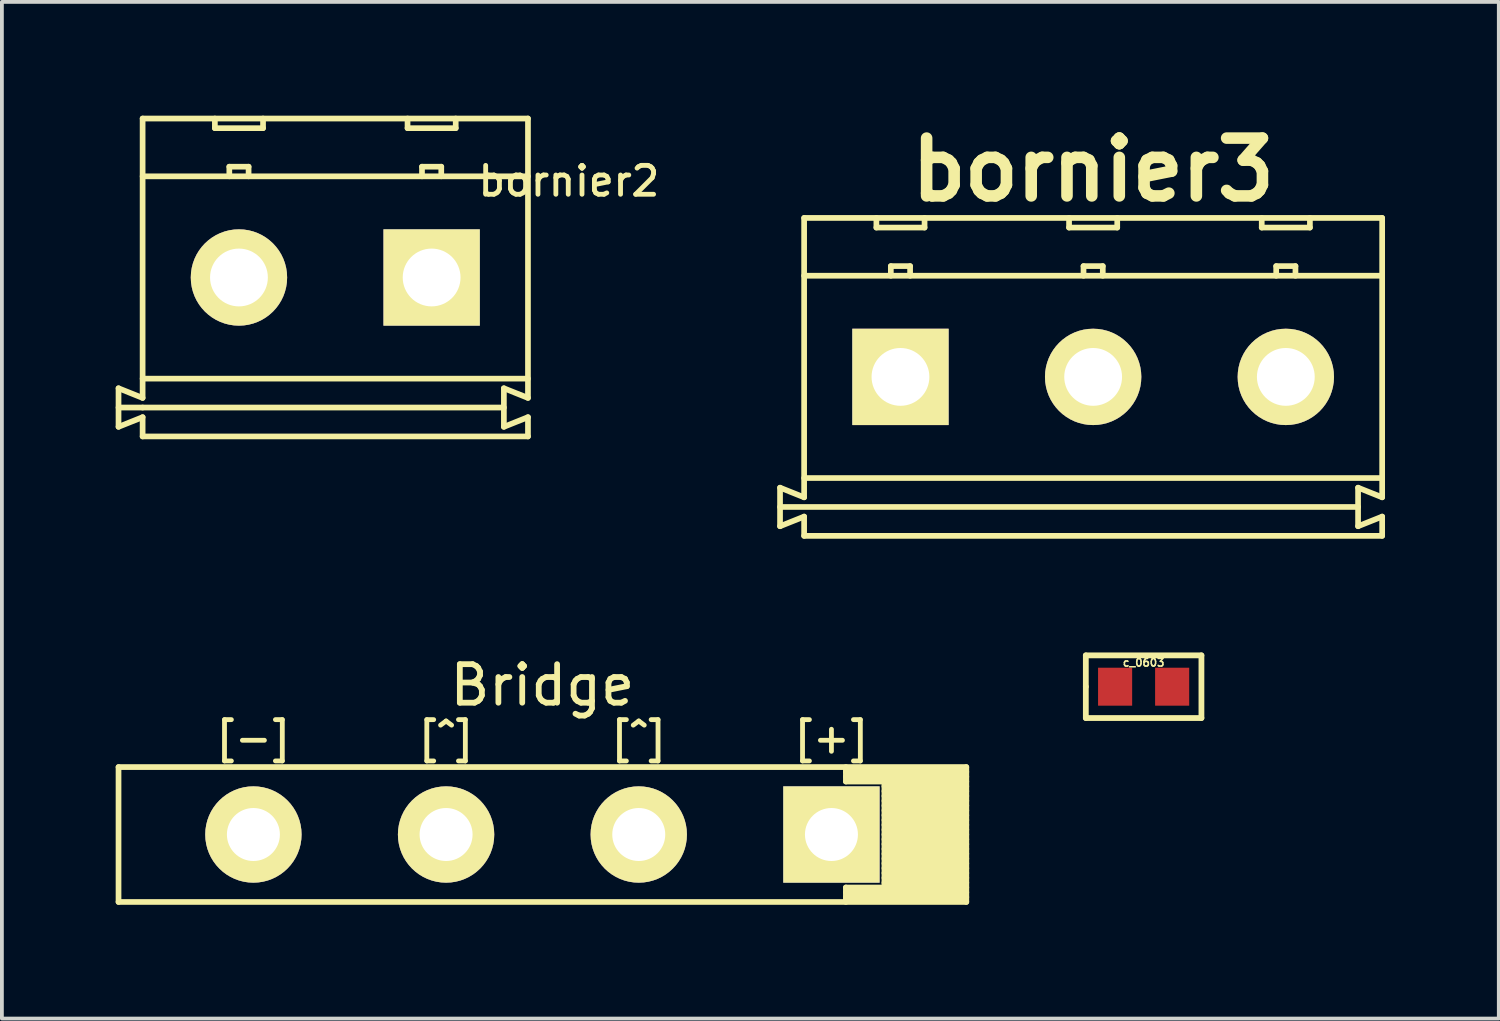
<source format=kicad_pcb>
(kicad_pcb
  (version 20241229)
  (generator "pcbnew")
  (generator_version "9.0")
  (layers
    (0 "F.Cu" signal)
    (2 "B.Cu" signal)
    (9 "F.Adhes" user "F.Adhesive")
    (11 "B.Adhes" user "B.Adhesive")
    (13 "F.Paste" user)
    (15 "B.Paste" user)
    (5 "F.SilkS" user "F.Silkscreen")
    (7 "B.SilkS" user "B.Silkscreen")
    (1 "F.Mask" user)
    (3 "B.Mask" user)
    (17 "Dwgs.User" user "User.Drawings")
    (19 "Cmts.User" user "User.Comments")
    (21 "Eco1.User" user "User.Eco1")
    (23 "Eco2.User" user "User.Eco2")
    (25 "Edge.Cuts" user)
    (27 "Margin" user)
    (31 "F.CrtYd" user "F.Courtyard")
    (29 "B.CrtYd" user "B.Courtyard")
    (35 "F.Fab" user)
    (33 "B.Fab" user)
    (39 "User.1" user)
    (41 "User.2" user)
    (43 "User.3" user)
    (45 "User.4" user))
  (footprint "Bridge"
    (layer "F.Cu")
    (at 11.251 18.952)
    (property "Reference" "Bridge" (at 0 -3.937 0) (layer "F.SilkS") (effects (font (size 1.016 1.016) (thickness 0.152))))
    (attr smd)
    (fp_line (start -11.176 -1.778) (end 11.176 -1.778) (stroke (width 0.15) (type solid)) (layer "F.SilkS"))
    (fp_line (start -11.176 1.778) (end -11.176 -1.778) (stroke (width 0.15) (type solid)) (layer "F.SilkS"))
    (fp_line (start 8.001 -1.778) (end 8.001 -1.397) (stroke (width 0.15) (type solid)) (layer "F.SilkS"))
    (fp_line (start 8.001 -1.651) (end 11.176 -1.651) (stroke (width 0.15) (type solid)) (layer "F.SilkS"))
    (fp_line (start 8.001 -1.397) (end 9.017 -1.397) (stroke (width 0.15) (type solid)) (layer "F.SilkS"))
    (fp_line (start 8.001 1.397) (end 8.001 1.778) (stroke (width 0.15) (type solid)) (layer "F.SilkS"))
    (fp_line (start 8.001 1.524) (end 11.176 1.524) (stroke (width 0.15) (type solid)) (layer "F.SilkS"))
    (fp_line (start 9.017 -1.397) (end 9.017 1.397) (stroke (width 0.15) (type solid)) (layer "F.SilkS"))
    (fp_line (start 9.017 -1.143) (end 11.176 -1.143) (stroke (width 0.15) (type solid)) (layer "F.SilkS"))
    (fp_line (start 9.017 -0.889) (end 11.176 -0.889) (stroke (width 0.15) (type solid)) (layer "F.SilkS"))
    (fp_line (start 9.017 -0.635) (end 11.176 -0.635) (stroke (width 0.15) (type solid)) (layer "F.SilkS"))
    (fp_line (start 9.017 -0.381) (end 11.176 -0.381) (stroke (width 0.15) (type solid)) (layer "F.SilkS"))
    (fp_line (start 9.017 -0.127) (end 11.176 -0.127) (stroke (width 0.15) (type solid)) (layer "F.SilkS"))
    (fp_line (start 9.017 0.127) (end 11.176 0.127) (stroke (width 0.15) (type solid)) (layer "F.SilkS"))
    (fp_line (start 9.017 0.381) (end 11.176 0.381) (stroke (width 0.15) (type solid)) (layer "F.SilkS"))
    (fp_line (start 9.017 0.635) (end 11.176 0.635) (stroke (width 0.15) (type solid)) (layer "F.SilkS"))
    (fp_line (start 9.017 0.889) (end 11.176 0.889) (stroke (width 0.15) (type solid)) (layer "F.SilkS"))
    (fp_line (start 9.017 1.143) (end 11.176 1.143) (stroke (width 0.15) (type solid)) (layer "F.SilkS"))
    (fp_line (start 9.017 1.397) (end 8.001 1.397) (stroke (width 0.15) (type solid)) (layer "F.SilkS"))
    (fp_line (start 9.017 1.397) (end 11.176 1.397) (stroke (width 0.15) (type solid)) (layer "F.SilkS"))
    (fp_line (start 11.176 -1.778) (end 11.176 1.778) (stroke (width 0.15) (type solid)) (layer "F.SilkS"))
    (fp_line (start 11.176 -1.524) (end 8.001 -1.524) (stroke (width 0.15) (type solid)) (layer "F.SilkS"))
    (fp_line (start 11.176 -1.397) (end 9.017 -1.397) (stroke (width 0.15) (type solid)) (layer "F.SilkS"))
    (fp_line (start 11.176 -1.27) (end 9.017 -1.27) (stroke (width 0.15) (type solid)) (layer "F.SilkS"))
    (fp_line (start 11.176 -1.016) (end 9.017 -1.016) (stroke (width 0.15) (type solid)) (layer "F.SilkS"))
    (fp_line (start 11.176 -0.762) (end 9.017 -0.762) (stroke (width 0.15) (type solid)) (layer "F.SilkS"))
    (fp_line (start 11.176 -0.508) (end 9.017 -0.508) (stroke (width 0.15) (type solid)) (layer "F.SilkS"))
    (fp_line (start 11.176 -0.254) (end 9.017 -0.254) (stroke (width 0.15) (type solid)) (layer "F.SilkS"))
    (fp_line (start 11.176 0) (end 9.017 0) (stroke (width 0.15) (type solid)) (layer "F.SilkS"))
    (fp_line (start 11.176 0.254) (end 9.017 0.254) (stroke (width 0.15) (type solid)) (layer "F.SilkS"))
    (fp_line (start 11.176 0.508) (end 9.017 0.508) (stroke (width 0.15) (type solid)) (layer "F.SilkS"))
    (fp_line (start 11.176 0.762) (end 9.017 0.762) (stroke (width 0.15) (type solid)) (layer "F.SilkS"))
    (fp_line (start 11.176 1.016) (end 9.017 1.016) (stroke (width 0.15) (type solid)) (layer "F.SilkS"))
    (fp_line (start 11.176 1.27) (end 9.017 1.27) (stroke (width 0.15) (type solid)) (layer "F.SilkS"))
    (fp_line (start 11.176 1.651) (end 8.001 1.651) (stroke (width 0.15) (type solid)) (layer "F.SilkS"))
    (fp_line (start 11.176 1.778) (end -11.176 1.778) (stroke (width 0.15) (type solid)) (layer "F.SilkS"))
    (fp_text user "[-]" (at -7.62 -2.54 0) (layer "F.SilkS") (effects (font (size 0.762 0.762) (thickness 0.127))))
    (fp_text user "[^]" (at 2.54 -2.54 0) (layer "F.SilkS") (effects (font (size 0.762 0.762) (thickness 0.127))))
    (fp_text user "[+]" (at 7.62 -2.54 0) (layer "F.SilkS") (effects (font (size 0.762 0.762) (thickness 0.127))))
    (fp_text user "[^]" (at -2.54 -2.54 0) (layer "F.SilkS") (effects (font (size 0.762 0.762) (thickness 0.127))))
    (pad "1" thru_hole rect (at 7.62 0) (size 2.54 2.54) (drill 1.397) (layers "*.Cu" "*.Mask" "F.SilkS"))
    (pad "2" thru_hole circle (at 2.54 0) (size 2.54 2.54) (drill 1.397) (layers "*.Cu" "*.Mask" "F.SilkS"))
    (pad "3" thru_hole circle (at -2.54 0) (size 2.54 2.54) (drill 1.397) (layers "*.Cu" "*.Mask" "F.SilkS"))
    (pad "4" thru_hole circle (at -7.62 0) (size 2.54 2.54) (drill 1.397) (layers "*.Cu" "*.Mask" "F.SilkS")))
  (footprint "c_0603"
    (layer "F.Cu")
    (at 27.102 15.055)
    (property "Reference" "c_0603" (at 0 -0.635 0) (layer "F.SilkS") (effects (font (size 0.201 0.201) (thickness 0.041))))
    (attr through_hole)
    (fp_line (start -1.524 -0.826) (end 1.524 -0.826) (stroke (width 0.152) (type solid)) (layer "F.SilkS"))
    (fp_line (start -1.524 0) (end -1.524 -0.826) (stroke (width 0.152) (type solid)) (layer "F.SilkS"))
    (fp_line (start -1.524 0.826) (end -1.524 0) (stroke (width 0.152) (type solid)) (layer "F.SilkS"))
    (fp_line (start 1.524 -0.826) (end 1.524 0.826) (stroke (width 0.152) (type solid)) (layer "F.SilkS"))
    (fp_line (start 1.524 0.826) (end -1.524 0.826) (stroke (width 0.152) (type solid)) (layer "F.SilkS"))
    (pad "1" smd rect (at 0.752 0) (size 0.899 1.001) (layers "F.Cu" "F.Mask" "F.Paste"))
    (pad "2" smd rect (at -0.752 0) (size 0.899 1.001) (layers "F.Cu" "F.Mask" "F.Paste")))
  (footprint "bornier2"
    (layer "F.Cu")
    (at 5.79 4.266)
    (property "Reference" "bornier2" (at 6.16 -2.54 0) (layer "F.SilkS") (effects (font (size 0.762 0.762) (thickness 0.127))))
    (attr through_hole)
    (fp_line (start -5.715 3.937) (end -5.715 2.921) (stroke (width 0.15) (type solid)) (layer "F.SilkS"))
    (fp_line (start -5.08 3.175) (end -5.715 2.921) (stroke (width 0.15) (type solid)) (layer "F.SilkS"))
    (fp_line (start -5.08 3.175) (end -5.08 -4.191) (stroke (width 0.15) (type solid)) (layer "F.SilkS"))
    (fp_line (start -5.08 3.429) (end -5.715 3.429) (stroke (width 0.15) (type solid)) (layer "F.SilkS"))
    (fp_line (start -5.08 3.683) (end -5.715 3.937) (stroke (width 0.15) (type solid)) (layer "F.SilkS"))
    (fp_line (start -5.08 4.191) (end -5.08 3.683) (stroke (width 0.15) (type solid)) (layer "F.SilkS"))
    (fp_line (start -5.08 4.191) (end 5.08 4.191) (stroke (width 0.15) (type solid)) (layer "F.SilkS"))
    (fp_line (start -3.175 -4.191) (end -3.175 -3.937) (stroke (width 0.15) (type solid)) (layer "F.SilkS"))
    (fp_line (start -3.175 -3.937) (end -1.905 -3.937) (stroke (width 0.15) (type solid)) (layer "F.SilkS"))
    (fp_line (start -2.794 -2.921) (end -2.794 -2.667) (stroke (width 0.15) (type solid)) (layer "F.SilkS"))
    (fp_line (start -2.286 -2.921) (end -2.794 -2.921) (stroke (width 0.15) (type solid)) (layer "F.SilkS"))
    (fp_line (start -2.286 -2.667) (end -2.286 -2.921) (stroke (width 0.15) (type solid)) (layer "F.SilkS"))
    (fp_line (start -1.905 -3.937) (end -1.905 -4.191) (stroke (width 0.15) (type solid)) (layer "F.SilkS"))
    (fp_line (start 1.905 -4.191) (end 1.905 -3.937) (stroke (width 0.15) (type solid)) (layer "F.SilkS"))
    (fp_line (start 1.905 -3.937) (end 3.175 -3.937) (stroke (width 0.15) (type solid)) (layer "F.SilkS"))
    (fp_line (start 2.286 -2.921) (end 2.286 -2.667) (stroke (width 0.15) (type solid)) (layer "F.SilkS"))
    (fp_line (start 2.794 -2.921) (end 2.286 -2.921) (stroke (width 0.15) (type solid)) (layer "F.SilkS"))
    (fp_line (start 2.794 -2.667) (end 2.794 -2.921) (stroke (width 0.15) (type solid)) (layer "F.SilkS"))
    (fp_line (start 3.175 -3.937) (end 3.175 -4.191) (stroke (width 0.15) (type solid)) (layer "F.SilkS"))
    (fp_line (start 4.445 2.921) (end 4.445 3.937) (stroke (width 0.15) (type solid)) (layer "F.SilkS"))
    (fp_line (start 4.445 3.429) (end -5.08 3.429) (stroke (width 0.15) (type solid)) (layer "F.SilkS"))
    (fp_line (start 4.445 3.937) (end 5.08 3.683) (stroke (width 0.15) (type solid)) (layer "F.SilkS"))
    (fp_line (start 5.08 -4.191) (end -5.08 -4.191) (stroke (width 0.15) (type solid)) (layer "F.SilkS"))
    (fp_line (start 5.08 -2.667) (end -5.08 -2.667) (stroke (width 0.15) (type solid)) (layer "F.SilkS"))
    (fp_line (start 5.08 2.667) (end -5.08 2.667) (stroke (width 0.15) (type solid)) (layer "F.SilkS"))
    (fp_line (start 5.08 3.175) (end 4.445 2.921) (stroke (width 0.15) (type solid)) (layer "F.SilkS"))
    (fp_line (start 5.08 3.175) (end 5.08 -4.191) (stroke (width 0.15) (type solid)) (layer "F.SilkS"))
    (fp_line (start 5.08 4.191) (end 5.08 3.683) (stroke (width 0.15) (type solid)) (layer "F.SilkS"))
    (pad "1" thru_hole circle (at -2.54 0) (size 2.54 2.54) (drill 1.524) (layers "*.Cu" "*.Mask" "F.SilkS"))
    (pad "2" thru_hole rect (at 2.54 0) (size 2.54 2.54) (drill 1.524) (layers "*.Cu" "*.Mask" "F.SilkS")))
  (footprint "bornier3"
    (layer "F.Cu")
    (at 25.771 6.887)
    (property "Reference" "bornier3" (at 0 -5.461 0) (layer "F.SilkS") (effects (font (size 1.524 1.524) (thickness 0.305))))
    (attr through_hole)
    (fp_line (start -8.255 2.921) (end -8.255 3.937) (stroke (width 0.15) (type solid)) (layer "F.SilkS"))
    (fp_line (start -8.255 3.937) (end -7.62 3.683) (stroke (width 0.15) (type solid)) (layer "F.SilkS"))
    (fp_line (start -7.62 -4.191) (end 7.62 -4.191) (stroke (width 0.15) (type solid)) (layer "F.SilkS"))
    (fp_line (start -7.62 -2.667) (end 7.62 -2.667) (stroke (width 0.15) (type solid)) (layer "F.SilkS"))
    (fp_line (start -7.62 3.175) (end -8.255 2.921) (stroke (width 0.15) (type solid)) (layer "F.SilkS"))
    (fp_line (start -7.62 3.175) (end -7.62 -4.191) (stroke (width 0.15) (type solid)) (layer "F.SilkS"))
    (fp_line (start -7.62 3.683) (end -7.62 4.191) (stroke (width 0.15) (type solid)) (layer "F.SilkS"))
    (fp_line (start -7.62 4.191) (end 7.62 4.191) (stroke (width 0.15) (type solid)) (layer "F.SilkS"))
    (fp_line (start -5.715 -3.937) (end -5.715 -4.191) (stroke (width 0.15) (type solid)) (layer "F.SilkS"))
    (fp_line (start -5.334 -2.921) (end -5.334 -2.667) (stroke (width 0.15) (type solid)) (layer "F.SilkS"))
    (fp_line (start -4.826 -2.921) (end -5.334 -2.921) (stroke (width 0.15) (type solid)) (layer "F.SilkS"))
    (fp_line (start -4.826 -2.667) (end -4.826 -2.921) (stroke (width 0.15) (type solid)) (layer "F.SilkS"))
    (fp_line (start -4.445 -4.191) (end -4.445 -3.937) (stroke (width 0.15) (type solid)) (layer "F.SilkS"))
    (fp_line (start -4.445 -3.937) (end -5.715 -3.937) (stroke (width 0.15) (type solid)) (layer "F.SilkS"))
    (fp_line (start -0.635 -4.191) (end -0.635 -3.937) (stroke (width 0.15) (type solid)) (layer "F.SilkS"))
    (fp_line (start -0.635 -3.937) (end 0.635 -3.937) (stroke (width 0.15) (type solid)) (layer "F.SilkS"))
    (fp_line (start -0.254 -2.921) (end -0.254 -2.667) (stroke (width 0.15) (type solid)) (layer "F.SilkS"))
    (fp_line (start 0.254 -2.921) (end -0.254 -2.921) (stroke (width 0.15) (type solid)) (layer "F.SilkS"))
    (fp_line (start 0.254 -2.667) (end 0.254 -2.921) (stroke (width 0.15) (type solid)) (layer "F.SilkS"))
    (fp_line (start 0.635 -3.937) (end 0.635 -4.191) (stroke (width 0.15) (type solid)) (layer "F.SilkS"))
    (fp_line (start 4.445 -4.191) (end 4.445 -3.937) (stroke (width 0.15) (type solid)) (layer "F.SilkS"))
    (fp_line (start 4.445 -3.937) (end 5.715 -3.937) (stroke (width 0.15) (type solid)) (layer "F.SilkS"))
    (fp_line (start 4.826 -2.921) (end 4.826 -2.667) (stroke (width 0.15) (type solid)) (layer "F.SilkS"))
    (fp_line (start 5.334 -2.921) (end 4.826 -2.921) (stroke (width 0.15) (type solid)) (layer "F.SilkS"))
    (fp_line (start 5.334 -2.667) (end 5.334 -2.921) (stroke (width 0.15) (type solid)) (layer "F.SilkS"))
    (fp_line (start 5.715 -3.937) (end 5.715 -4.191) (stroke (width 0.15) (type solid)) (layer "F.SilkS"))
    (fp_line (start 6.985 2.921) (end 6.985 3.937) (stroke (width 0.15) (type solid)) (layer "F.SilkS"))
    (fp_line (start 6.985 2.921) (end 7.62 3.175) (stroke (width 0.15) (type solid)) (layer "F.SilkS"))
    (fp_line (start 6.985 3.429) (end -8.255 3.429) (stroke (width 0.15) (type solid)) (layer "F.SilkS"))
    (fp_line (start 6.985 3.937) (end 7.62 3.683) (stroke (width 0.15) (type solid)) (layer "F.SilkS"))
    (fp_line (start 7.62 2.667) (end -7.62 2.667) (stroke (width 0.15) (type solid)) (layer "F.SilkS"))
    (fp_line (start 7.62 3.175) (end 7.62 -4.191) (stroke (width 0.15) (type solid)) (layer "F.SilkS"))
    (fp_line (start 7.62 3.683) (end 7.62 4.191) (stroke (width 0.15) (type solid)) (layer "F.SilkS"))
    (pad "1" thru_hole rect (at -5.08 0) (size 2.54 2.54) (drill 1.524) (layers "*.Cu" "*.Mask" "F.SilkS"))
    (pad "2" thru_hole circle (at 0 0) (size 2.54 2.54) (drill 1.524) (layers "*.Cu" "*.Mask" "F.SilkS"))
    (pad "3" thru_hole circle (at 5.08 0) (size 2.54 2.54) (drill 1.524) (layers "*.Cu" "*.Mask" "F.SilkS")))
  (gr_rect
    (start -3 -3)
    (end 36.466 23.805)
    (stroke (width 0.1) (type default))
    (fill no)
    (layer "Edge.Cuts")))
</source>
